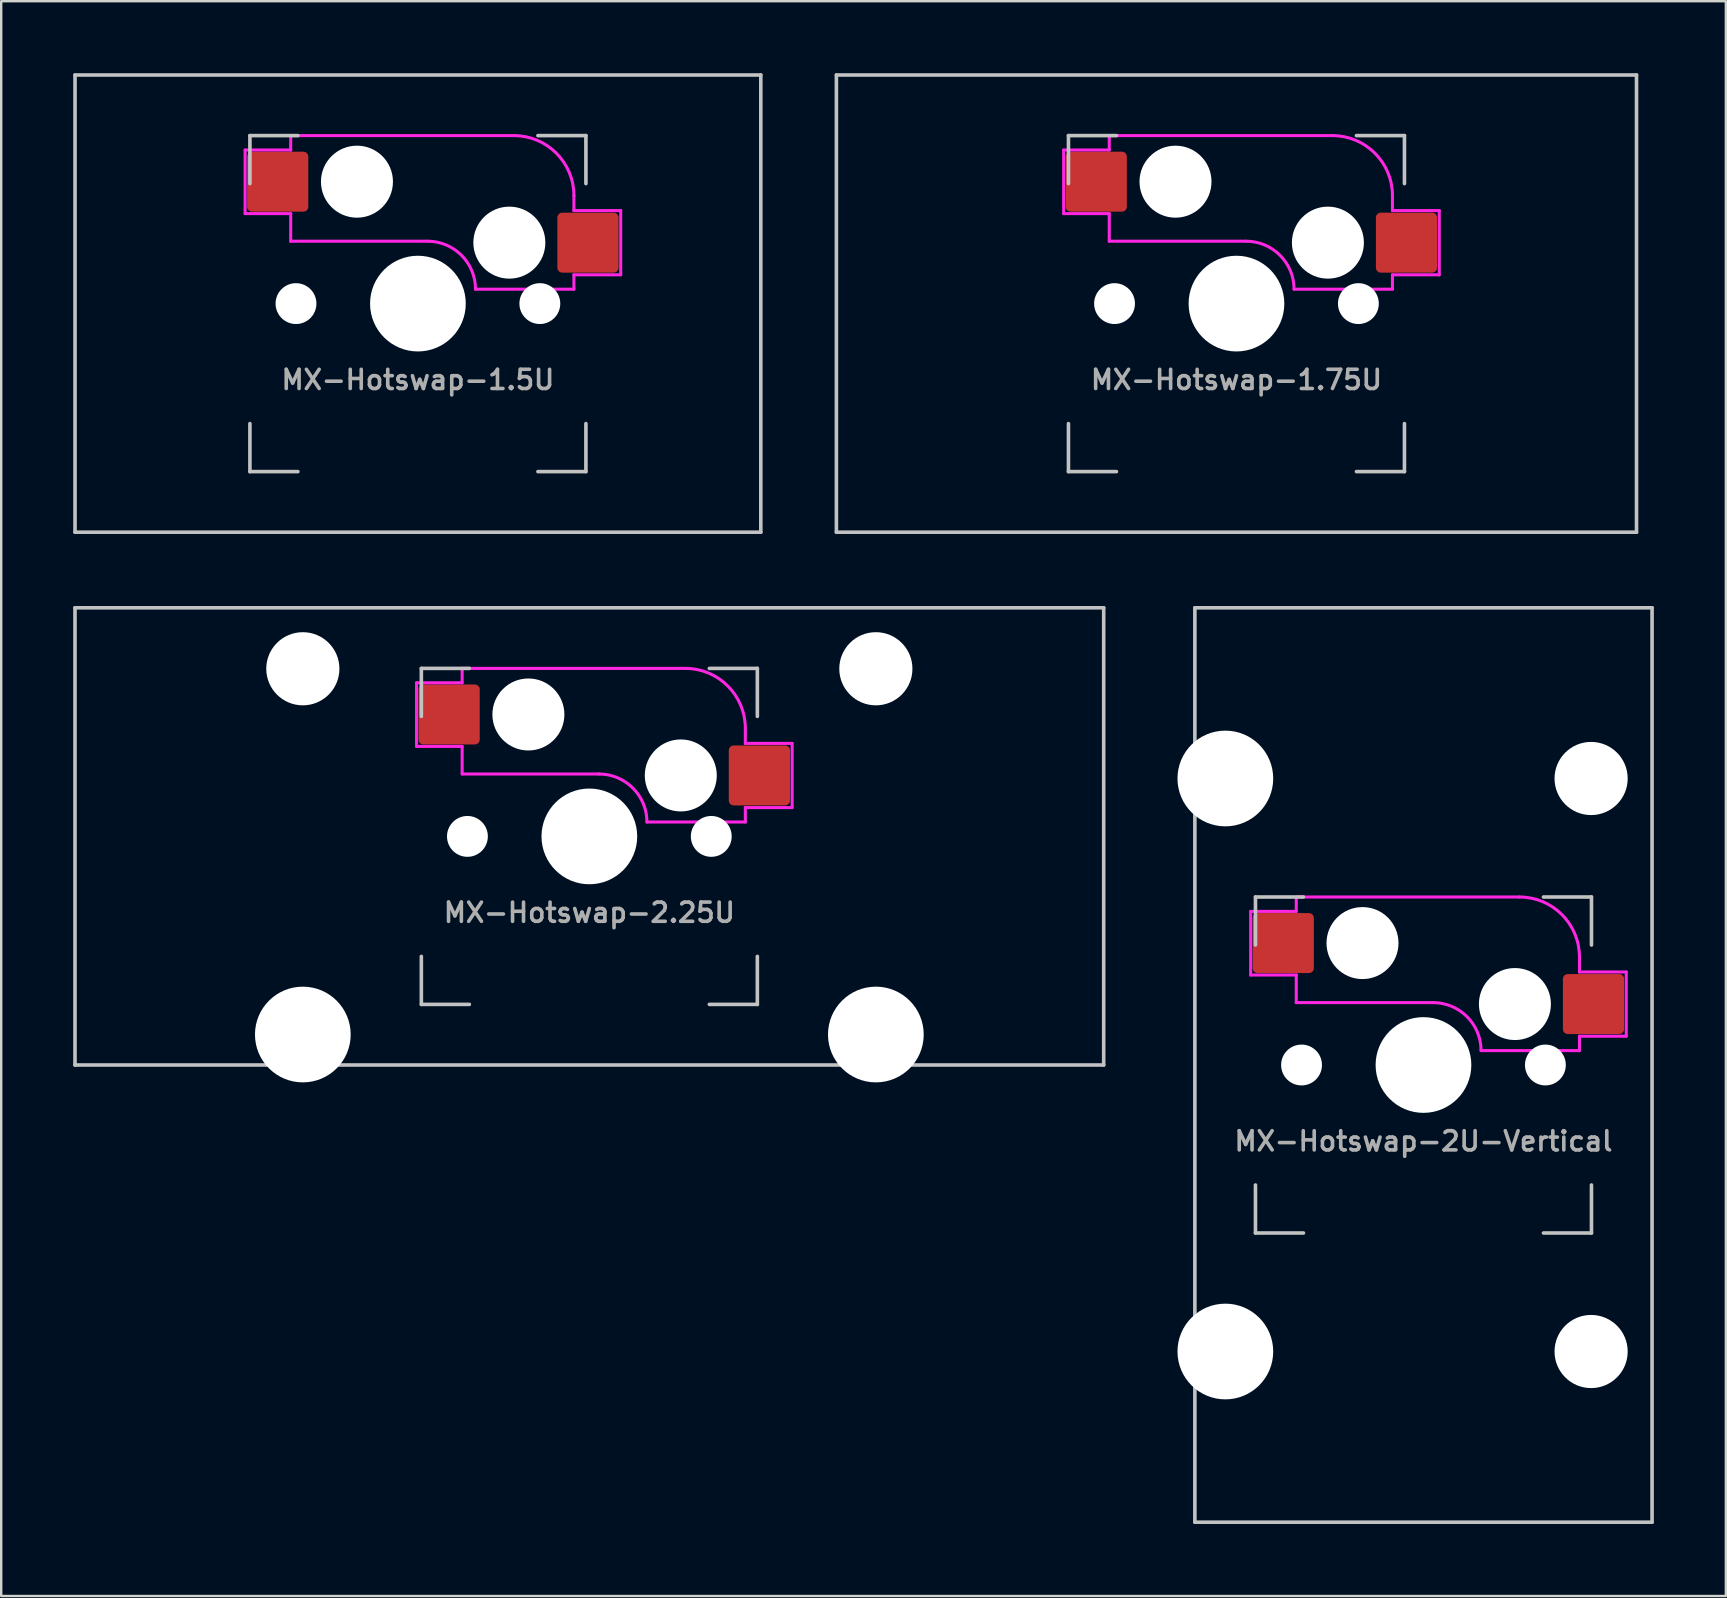
<source format=kicad_pcb>
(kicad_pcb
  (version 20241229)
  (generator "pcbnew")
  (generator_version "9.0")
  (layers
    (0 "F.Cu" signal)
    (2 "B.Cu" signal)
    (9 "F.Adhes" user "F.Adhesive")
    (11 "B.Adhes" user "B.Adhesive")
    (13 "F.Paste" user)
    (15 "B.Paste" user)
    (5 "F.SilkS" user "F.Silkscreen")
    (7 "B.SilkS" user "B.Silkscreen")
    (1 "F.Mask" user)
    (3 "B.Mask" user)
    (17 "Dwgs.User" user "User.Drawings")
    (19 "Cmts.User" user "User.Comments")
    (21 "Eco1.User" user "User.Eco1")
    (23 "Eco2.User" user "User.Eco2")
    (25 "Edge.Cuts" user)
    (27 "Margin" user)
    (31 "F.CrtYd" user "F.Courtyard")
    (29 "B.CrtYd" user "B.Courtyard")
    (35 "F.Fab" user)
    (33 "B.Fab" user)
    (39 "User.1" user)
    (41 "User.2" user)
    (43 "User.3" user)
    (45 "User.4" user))
  (footprint "MX-Hotswap-2U-Vertical"
    (layer "F.Cu")
    (at 56.261 41.325)
    (property "Reference" "MX-Hotswap-2U-Vertical" (at 0 3.175 0) (layer "F.Fab") (effects (font (size 0.8 0.8) (thickness 0.15))))
    (attr smd)
    (fp_line (start -9.525 19.05) (end -9.525 -19.05) (stroke (width 0.15) (type solid)) (layer "Dwgs.User"))
    (fp_line (start -7 -7) (end -5 -7) (stroke (width 0.15) (type solid)) (layer "Dwgs.User"))
    (fp_line (start -7 -5) (end -7 -7) (stroke (width 0.15) (type solid)) (layer "Dwgs.User"))
    (fp_line (start -7 5) (end -7 7) (stroke (width 0.15) (type solid)) (layer "Dwgs.User"))
    (fp_line (start -7 7) (end -5 7) (stroke (width 0.15) (type solid)) (layer "Dwgs.User"))
    (fp_line (start 5 7) (end 7 7) (stroke (width 0.15) (type solid)) (layer "Dwgs.User"))
    (fp_line (start 7 -7) (end 5 -7) (stroke (width 0.15) (type solid)) (layer "Dwgs.User"))
    (fp_line (start 7 -5) (end 7 -7) (stroke (width 0.15) (type solid)) (layer "Dwgs.User"))
    (fp_line (start 7 7) (end 7 5) (stroke (width 0.15) (type solid)) (layer "Dwgs.User"))
    (fp_line (start 9.525 -19.05) (end -9.525 -19.05) (stroke (width 0.15) (type solid)) (layer "Dwgs.User"))
    (fp_line (start 9.525 19.05) (end -9.525 19.05) (stroke (width 0.15) (type solid)) (layer "Dwgs.User"))
    (fp_line (start 9.525 19.05) (end 9.525 -19.05) (stroke (width 0.15) (type solid)) (layer "Dwgs.User"))
    (fp_line (start -7.2 -6.4) (end -5.3 -6.4) (stroke (width 0.127) (type solid)) (layer "F.CrtYd"))
    (fp_line (start -7.2 -3.75) (end -7.2 -6.4) (stroke (width 0.127) (type solid)) (layer "F.CrtYd"))
    (fp_line (start -5.3 -6.4) (end -5.3 -7) (stroke (width 0.127) (type solid)) (layer "F.CrtYd"))
    (fp_line (start -5.3 -3.75) (end -7.2 -3.75) (stroke (width 0.127) (type solid)) (layer "F.CrtYd"))
    (fp_line (start -5.3 -3.75) (end -5.3 -2.6) (stroke (width 0.127) (type solid)) (layer "F.CrtYd"))
    (fp_line (start -5.3 -2.6) (end 0.4 -2.6) (stroke (width 0.127) (type solid)) (layer "F.CrtYd"))
    (fp_line (start 2.4 -0.6) (end 6.5 -0.6) (stroke (width 0.127) (type solid)) (layer "F.CrtYd"))
    (fp_line (start 4 -7) (end -5.3 -7) (stroke (width 0.127) (type solid)) (layer "F.CrtYd"))
    (fp_line (start 6.5 -3.875) (end 6.5 -4.5) (stroke (width 0.127) (type solid)) (layer "F.CrtYd"))
    (fp_line (start 6.5 -1.2) (end 6.5 -0.6) (stroke (width 0.127) (type solid)) (layer "F.CrtYd"))
    (fp_line (start 6.5 -1.2) (end 8.45 -1.2) (stroke (width 0.127) (type solid)) (layer "F.CrtYd"))
    (fp_line (start 8.45 -3.875) (end 6.5 -3.875) (stroke (width 0.127) (type solid)) (layer "F.CrtYd"))
    (fp_line (start 8.45 -1.2) (end 8.45 -3.875) (stroke (width 0.127) (type solid)) (layer "F.CrtYd"))
    (fp_arc (start 0.4 -2.6) (mid 1.814214 -2.014214) (end 2.4 -0.6) (stroke (width 0.127) (type solid)) (layer "F.CrtYd"))
    (fp_arc (start 4 -7) (mid 5.767767 -6.267767) (end 6.5 -4.5) (stroke (width 0.127) (type solid)) (layer "F.CrtYd"))
    (pad "" np_thru_hole circle (at -8.255 -11.938) (size 3.988 3.988) (drill 3.988) (layers "*.Cu" "*.Mask"))
    (pad "" np_thru_hole circle (at -8.255 11.938) (size 3.988 3.988) (drill 3.988) (layers "*.Cu" "*.Mask"))
    (pad "" np_thru_hole circle (at -5.08 0 311.901) (size 1.702 1.702) (drill 1.702) (layers "*.Cu" "*.Mask"))
    (pad "" np_thru_hole circle (at -2.54 -5.08) (size 3 3) (drill 3) (layers "*.Cu" "*.Mask"))
    (pad "" np_thru_hole circle (at 0 0) (size 3.988 3.988) (drill 3.988) (layers "*.Cu" "*.Mask"))
    (pad "" np_thru_hole circle (at 3.81 -2.54) (size 3 3) (drill 3) (layers "*.Cu" "*.Mask"))
    (pad "" np_thru_hole circle (at 5.08 0 311.901) (size 1.702 1.702) (drill 1.702) (layers "*.Cu" "*.Mask"))
    (pad "" np_thru_hole circle (at 6.985 -11.938) (size 3.048 3.048) (drill 3.048) (layers "*.Cu" "*.Mask"))
    (pad "" np_thru_hole circle (at 6.985 11.938) (size 3.048 3.048) (drill 3.048) (layers "*.Cu" "*.Mask"))
    (pad "1" smd roundrect (at 7.085 -2.54) (size 2.55 2.5) (layers "F.Cu" "F.Mask" "F.Paste") (roundrect_rratio 0.08))
    (pad "2" smd roundrect (at -5.842 -5.08) (size 2.55 2.5) (layers "F.Cu" "F.Mask" "F.Paste") (roundrect_rratio 0.08)))
  (footprint "MX-Hotswap-1.75U"
    (layer "F.Cu")
    (at 48.469 9.6)
    (property "Reference" "MX-Hotswap-1.75U" (at 0 3.175 0) (layer "F.Fab") (effects (font (size 0.8 0.8) (thickness 0.15))))
    (attr smd)
    (fp_line (start -16.669 9.525) (end -16.669 -9.525) (stroke (width 0.15) (type solid)) (layer "Dwgs.User"))
    (fp_line (start -7 -7) (end -5 -7) (stroke (width 0.15) (type solid)) (layer "Dwgs.User"))
    (fp_line (start -7 -5) (end -7 -7) (stroke (width 0.15) (type solid)) (layer "Dwgs.User"))
    (fp_line (start -7 5) (end -7 7) (stroke (width 0.15) (type solid)) (layer "Dwgs.User"))
    (fp_line (start -7 7) (end -5 7) (stroke (width 0.15) (type solid)) (layer "Dwgs.User"))
    (fp_line (start 5 7) (end 7 7) (stroke (width 0.15) (type solid)) (layer "Dwgs.User"))
    (fp_line (start 7 -7) (end 5 -7) (stroke (width 0.15) (type solid)) (layer "Dwgs.User"))
    (fp_line (start 7 -5) (end 7 -7) (stroke (width 0.15) (type solid)) (layer "Dwgs.User"))
    (fp_line (start 7 7) (end 7 5) (stroke (width 0.15) (type solid)) (layer "Dwgs.User"))
    (fp_line (start 16.669 -9.525) (end -16.669 -9.525) (stroke (width 0.15) (type solid)) (layer "Dwgs.User"))
    (fp_line (start 16.669 9.525) (end -16.669 9.525) (stroke (width 0.15) (type solid)) (layer "Dwgs.User"))
    (fp_line (start 16.669 9.525) (end 16.669 -9.525) (stroke (width 0.15) (type solid)) (layer "Dwgs.User"))
    (fp_line (start -7.2 -6.4) (end -5.3 -6.4) (stroke (width 0.127) (type solid)) (layer "F.CrtYd"))
    (fp_line (start -7.2 -3.75) (end -7.2 -6.4) (stroke (width 0.127) (type solid)) (layer "F.CrtYd"))
    (fp_line (start -5.3 -6.4) (end -5.3 -7) (stroke (width 0.127) (type solid)) (layer "F.CrtYd"))
    (fp_line (start -5.3 -3.75) (end -7.2 -3.75) (stroke (width 0.127) (type solid)) (layer "F.CrtYd"))
    (fp_line (start -5.3 -3.75) (end -5.3 -2.6) (stroke (width 0.127) (type solid)) (layer "F.CrtYd"))
    (fp_line (start -5.3 -2.6) (end 0.4 -2.6) (stroke (width 0.127) (type solid)) (layer "F.CrtYd"))
    (fp_line (start 2.4 -0.6) (end 6.5 -0.6) (stroke (width 0.127) (type solid)) (layer "F.CrtYd"))
    (fp_line (start 4 -7) (end -5.3 -7) (stroke (width 0.127) (type solid)) (layer "F.CrtYd"))
    (fp_line (start 6.5 -3.875) (end 6.5 -4.5) (stroke (width 0.127) (type solid)) (layer "F.CrtYd"))
    (fp_line (start 6.5 -1.2) (end 6.5 -0.6) (stroke (width 0.127) (type solid)) (layer "F.CrtYd"))
    (fp_line (start 6.5 -1.2) (end 8.45 -1.2) (stroke (width 0.127) (type solid)) (layer "F.CrtYd"))
    (fp_line (start 8.45 -3.875) (end 6.5 -3.875) (stroke (width 0.127) (type solid)) (layer "F.CrtYd"))
    (fp_line (start 8.45 -1.2) (end 8.45 -3.875) (stroke (width 0.127) (type solid)) (layer "F.CrtYd"))
    (fp_arc (start 0.4 -2.6) (mid 1.814214 -2.014214) (end 2.4 -0.6) (stroke (width 0.127) (type solid)) (layer "F.CrtYd"))
    (fp_arc (start 4 -7) (mid 5.767767 -6.267767) (end 6.5 -4.5) (stroke (width 0.127) (type solid)) (layer "F.CrtYd"))
    (pad "" np_thru_hole circle (at -5.08 0 311.901) (size 1.702 1.702) (drill 1.702) (layers "*.Cu" "*.Mask"))
    (pad "" np_thru_hole circle (at -2.54 -5.08) (size 3 3) (drill 3) (layers "*.Cu" "*.Mask"))
    (pad "" np_thru_hole circle (at 0 0) (size 3.988 3.988) (drill 3.988) (layers "*.Cu" "*.Mask"))
    (pad "" np_thru_hole circle (at 3.81 -2.54) (size 3 3) (drill 3) (layers "*.Cu" "*.Mask"))
    (pad "" np_thru_hole circle (at 5.08 0 311.901) (size 1.702 1.702) (drill 1.702) (layers "*.Cu" "*.Mask"))
    (pad "1" smd roundrect (at 7.085 -2.54) (size 2.55 2.5) (layers "F.Cu" "F.Mask" "F.Paste") (roundrect_rratio 0.08))
    (pad "2" smd roundrect (at -5.842 -5.08) (size 2.55 2.5) (layers "F.Cu" "F.Mask" "F.Paste") (roundrect_rratio 0.08)))
  (footprint "MX-Hotswap-2.25U"
    (layer "F.Cu")
    (at 21.506 31.8)
    (property "Reference" "MX-Hotswap-2.25U" (at 0 3.175 0) (layer "F.Fab") (effects (font (size 0.8 0.8) (thickness 0.15))))
    (attr smd)
    (fp_line (start -21.431 9.525) (end -21.431 -9.525) (stroke (width 0.15) (type solid)) (layer "Dwgs.User"))
    (fp_line (start -7 -7) (end -5 -7) (stroke (width 0.15) (type solid)) (layer "Dwgs.User"))
    (fp_line (start -7 -5) (end -7 -7) (stroke (width 0.15) (type solid)) (layer "Dwgs.User"))
    (fp_line (start -7 5) (end -7 7) (stroke (width 0.15) (type solid)) (layer "Dwgs.User"))
    (fp_line (start -7 7) (end -5 7) (stroke (width 0.15) (type solid)) (layer "Dwgs.User"))
    (fp_line (start 5 7) (end 7 7) (stroke (width 0.15) (type solid)) (layer "Dwgs.User"))
    (fp_line (start 7 -7) (end 5 -7) (stroke (width 0.15) (type solid)) (layer "Dwgs.User"))
    (fp_line (start 7 -5) (end 7 -7) (stroke (width 0.15) (type solid)) (layer "Dwgs.User"))
    (fp_line (start 7 7) (end 7 5) (stroke (width 0.15) (type solid)) (layer "Dwgs.User"))
    (fp_line (start 21.431 -9.525) (end -21.431 -9.525) (stroke (width 0.15) (type solid)) (layer "Dwgs.User"))
    (fp_line (start 21.431 9.525) (end -21.431 9.525) (stroke (width 0.15) (type solid)) (layer "Dwgs.User"))
    (fp_line (start 21.431 9.525) (end 21.431 -9.525) (stroke (width 0.15) (type solid)) (layer "Dwgs.User"))
    (fp_line (start -7.2 -6.4) (end -5.3 -6.4) (stroke (width 0.127) (type solid)) (layer "F.CrtYd"))
    (fp_line (start -7.2 -3.75) (end -7.2 -6.4) (stroke (width 0.127) (type solid)) (layer "F.CrtYd"))
    (fp_line (start -5.3 -6.4) (end -5.3 -7) (stroke (width 0.127) (type solid)) (layer "F.CrtYd"))
    (fp_line (start -5.3 -3.75) (end -7.2 -3.75) (stroke (width 0.127) (type solid)) (layer "F.CrtYd"))
    (fp_line (start -5.3 -3.75) (end -5.3 -2.6) (stroke (width 0.127) (type solid)) (layer "F.CrtYd"))
    (fp_line (start -5.3 -2.6) (end 0.4 -2.6) (stroke (width 0.127) (type solid)) (layer "F.CrtYd"))
    (fp_line (start 2.4 -0.6) (end 6.5 -0.6) (stroke (width 0.127) (type solid)) (layer "F.CrtYd"))
    (fp_line (start 4 -7) (end -5.3 -7) (stroke (width 0.127) (type solid)) (layer "F.CrtYd"))
    (fp_line (start 6.5 -3.875) (end 6.5 -4.5) (stroke (width 0.127) (type solid)) (layer "F.CrtYd"))
    (fp_line (start 6.5 -1.2) (end 6.5 -0.6) (stroke (width 0.127) (type solid)) (layer "F.CrtYd"))
    (fp_line (start 6.5 -1.2) (end 8.45 -1.2) (stroke (width 0.127) (type solid)) (layer "F.CrtYd"))
    (fp_line (start 8.45 -3.875) (end 6.5 -3.875) (stroke (width 0.127) (type solid)) (layer "F.CrtYd"))
    (fp_line (start 8.45 -1.2) (end 8.45 -3.875) (stroke (width 0.127) (type solid)) (layer "F.CrtYd"))
    (fp_arc (start 0.4 -2.6) (mid 1.814214 -2.014214) (end 2.4 -0.6) (stroke (width 0.127) (type solid)) (layer "F.CrtYd"))
    (fp_arc (start 4 -7) (mid 5.767767 -6.267767) (end 6.5 -4.5) (stroke (width 0.127) (type solid)) (layer "F.CrtYd"))
    (pad "" np_thru_hole circle (at -11.938 -6.985) (size 3.048 3.048) (drill 3.048) (layers "*.Cu" "*.Mask"))
    (pad "" np_thru_hole circle (at -11.938 8.255) (size 3.988 3.988) (drill 3.988) (layers "*.Cu" "*.Mask"))
    (pad "" np_thru_hole circle (at -5.08 0 311.901) (size 1.702 1.702) (drill 1.702) (layers "*.Cu" "*.Mask"))
    (pad "" np_thru_hole circle (at -2.54 -5.08) (size 3 3) (drill 3) (layers "*.Cu" "*.Mask"))
    (pad "" np_thru_hole circle (at 0 0) (size 3.988 3.988) (drill 3.988) (layers "*.Cu" "*.Mask"))
    (pad "" np_thru_hole circle (at 3.81 -2.54) (size 3 3) (drill 3) (layers "*.Cu" "*.Mask"))
    (pad "" np_thru_hole circle (at 5.08 0 311.901) (size 1.702 1.702) (drill 1.702) (layers "*.Cu" "*.Mask"))
    (pad "" np_thru_hole circle (at 11.938 -6.985) (size 3.048 3.048) (drill 3.048) (layers "*.Cu" "*.Mask"))
    (pad "" np_thru_hole circle (at 11.938 8.255) (size 3.988 3.988) (drill 3.988) (layers "*.Cu" "*.Mask"))
    (pad "1" smd roundrect (at 7.085 -2.54) (size 2.55 2.5) (layers "F.Cu" "F.Mask" "F.Paste") (roundrect_rratio 0.08))
    (pad "2" smd roundrect (at -5.842 -5.08) (size 2.55 2.5) (layers "F.Cu" "F.Mask" "F.Paste") (roundrect_rratio 0.08)))
  (footprint "MX-Hotswap-1.5U"
    (layer "F.Cu")
    (at 14.363 9.6)
    (property "Reference" "MX-Hotswap-1.5U" (at 0 3.175 0) (layer "F.Fab") (effects (font (size 0.8 0.8) (thickness 0.15))))
    (attr smd)
    (fp_line (start -14.287 9.525) (end -14.287 -9.525) (stroke (width 0.15) (type solid)) (layer "Dwgs.User"))
    (fp_line (start -7 -7) (end -5 -7) (stroke (width 0.15) (type solid)) (layer "Dwgs.User"))
    (fp_line (start -7 -5) (end -7 -7) (stroke (width 0.15) (type solid)) (layer "Dwgs.User"))
    (fp_line (start -7 5) (end -7 7) (stroke (width 0.15) (type solid)) (layer "Dwgs.User"))
    (fp_line (start -7 7) (end -5 7) (stroke (width 0.15) (type solid)) (layer "Dwgs.User"))
    (fp_line (start 5 7) (end 7 7) (stroke (width 0.15) (type solid)) (layer "Dwgs.User"))
    (fp_line (start 7 -7) (end 5 -7) (stroke (width 0.15) (type solid)) (layer "Dwgs.User"))
    (fp_line (start 7 -5) (end 7 -7) (stroke (width 0.15) (type solid)) (layer "Dwgs.User"))
    (fp_line (start 7 7) (end 7 5) (stroke (width 0.15) (type solid)) (layer "Dwgs.User"))
    (fp_line (start 14.287 -9.525) (end -14.287 -9.525) (stroke (width 0.15) (type solid)) (layer "Dwgs.User"))
    (fp_line (start 14.287 9.525) (end -14.287 9.525) (stroke (width 0.15) (type solid)) (layer "Dwgs.User"))
    (fp_line (start 14.287 9.525) (end 14.287 -9.525) (stroke (width 0.15) (type solid)) (layer "Dwgs.User"))
    (fp_line (start -7.2 -6.4) (end -5.3 -6.4) (stroke (width 0.127) (type solid)) (layer "F.CrtYd"))
    (fp_line (start -7.2 -3.75) (end -7.2 -6.4) (stroke (width 0.127) (type solid)) (layer "F.CrtYd"))
    (fp_line (start -5.3 -6.4) (end -5.3 -7) (stroke (width 0.127) (type solid)) (layer "F.CrtYd"))
    (fp_line (start -5.3 -3.75) (end -7.2 -3.75) (stroke (width 0.127) (type solid)) (layer "F.CrtYd"))
    (fp_line (start -5.3 -3.75) (end -5.3 -2.6) (stroke (width 0.127) (type solid)) (layer "F.CrtYd"))
    (fp_line (start -5.3 -2.6) (end 0.4 -2.6) (stroke (width 0.127) (type solid)) (layer "F.CrtYd"))
    (fp_line (start 2.4 -0.6) (end 6.5 -0.6) (stroke (width 0.127) (type solid)) (layer "F.CrtYd"))
    (fp_line (start 4 -7) (end -5.3 -7) (stroke (width 0.127) (type solid)) (layer "F.CrtYd"))
    (fp_line (start 6.5 -3.875) (end 6.5 -4.5) (stroke (width 0.127) (type solid)) (layer "F.CrtYd"))
    (fp_line (start 6.5 -1.2) (end 6.5 -0.6) (stroke (width 0.127) (type solid)) (layer "F.CrtYd"))
    (fp_line (start 6.5 -1.2) (end 8.45 -1.2) (stroke (width 0.127) (type solid)) (layer "F.CrtYd"))
    (fp_line (start 8.45 -3.875) (end 6.5 -3.875) (stroke (width 0.127) (type solid)) (layer "F.CrtYd"))
    (fp_line (start 8.45 -1.2) (end 8.45 -3.875) (stroke (width 0.127) (type solid)) (layer "F.CrtYd"))
    (fp_arc (start 0.4 -2.6) (mid 1.814214 -2.014214) (end 2.4 -0.6) (stroke (width 0.127) (type solid)) (layer "F.CrtYd"))
    (fp_arc (start 4 -7) (mid 5.767767 -6.267767) (end 6.5 -4.5) (stroke (width 0.127) (type solid)) (layer "F.CrtYd"))
    (pad "" np_thru_hole circle (at -5.08 0 311.901) (size 1.702 1.702) (drill 1.702) (layers "*.Cu" "*.Mask"))
    (pad "" np_thru_hole circle (at -2.54 -5.08) (size 3 3) (drill 3) (layers "*.Cu" "*.Mask"))
    (pad "" np_thru_hole circle (at 0 0) (size 3.988 3.988) (drill 3.988) (layers "*.Cu" "*.Mask"))
    (pad "" np_thru_hole circle (at 3.81 -2.54) (size 3 3) (drill 3) (layers "*.Cu" "*.Mask"))
    (pad "" np_thru_hole circle (at 5.08 0 311.901) (size 1.702 1.702) (drill 1.702) (layers "*.Cu" "*.Mask"))
    (pad "1" smd roundrect (at 7.085 -2.54) (size 2.55 2.5) (layers "F.Cu" "F.Mask" "F.Paste") (roundrect_rratio 0.08))
    (pad "2" smd roundrect (at -5.842 -5.08) (size 2.55 2.5) (layers "F.Cu" "F.Mask" "F.Paste") (roundrect_rratio 0.08)))
  (gr_rect
    (start -3 -3)
    (end 68.861 63.45)
    (stroke (width 0.1) (type default))
    (fill no)
    (layer "Edge.Cuts")))
</source>
